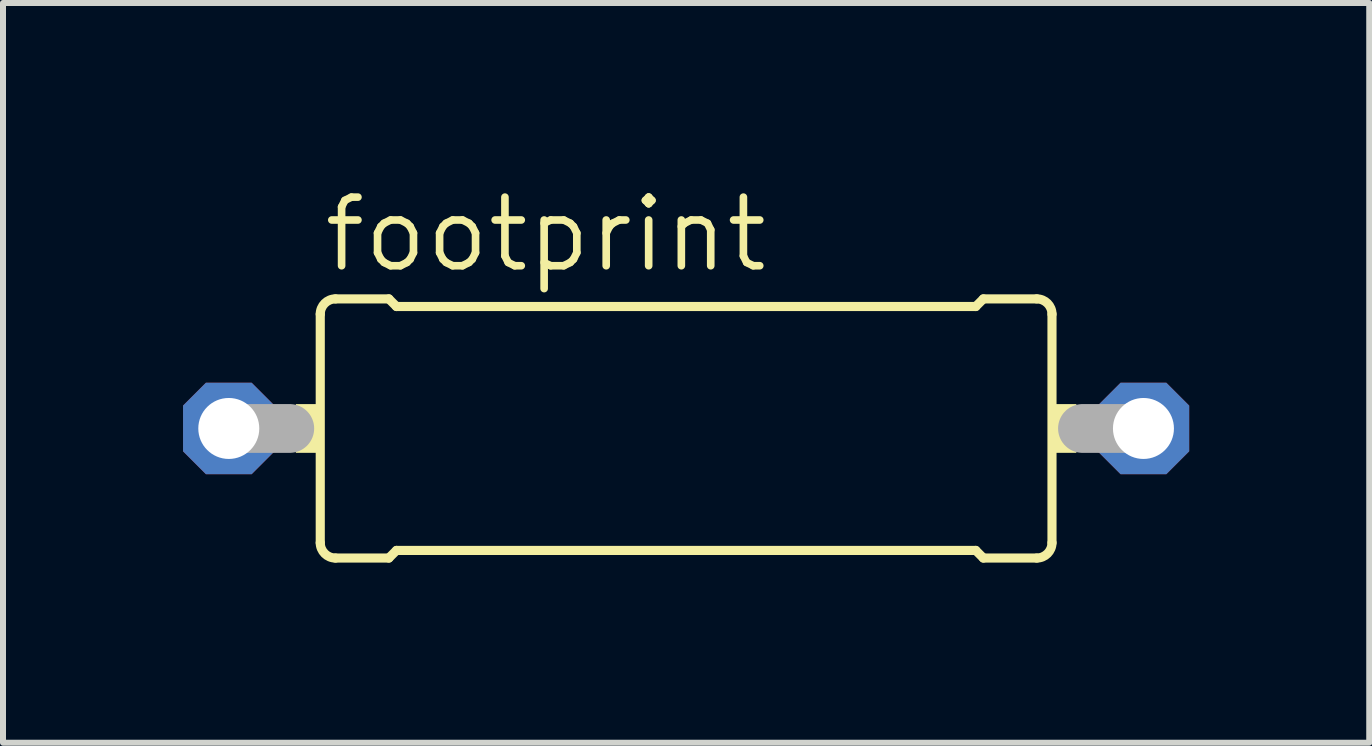
<source format=kicad_pcb>
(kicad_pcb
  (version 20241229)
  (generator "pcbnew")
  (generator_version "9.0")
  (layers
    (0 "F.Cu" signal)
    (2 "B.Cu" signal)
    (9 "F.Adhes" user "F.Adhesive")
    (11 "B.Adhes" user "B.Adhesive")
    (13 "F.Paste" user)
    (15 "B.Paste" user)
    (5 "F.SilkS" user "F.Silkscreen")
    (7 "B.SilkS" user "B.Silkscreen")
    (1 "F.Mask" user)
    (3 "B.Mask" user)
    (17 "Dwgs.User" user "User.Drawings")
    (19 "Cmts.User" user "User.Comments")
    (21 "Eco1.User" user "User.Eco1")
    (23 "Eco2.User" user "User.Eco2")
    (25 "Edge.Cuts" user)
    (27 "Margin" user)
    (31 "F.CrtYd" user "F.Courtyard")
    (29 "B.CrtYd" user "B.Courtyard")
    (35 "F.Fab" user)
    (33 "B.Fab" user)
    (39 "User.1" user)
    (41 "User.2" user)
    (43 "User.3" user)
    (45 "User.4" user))
  (footprint "footprint"
    (layer "F.Cu")
    (at 8.382 4.089)
    (property "Reference" "footprint" (at -6.096 -2.565 0) (layer "F.SilkS") (effects (font (size 1.143 1.143) (thickness 0.127)) (justify left bottom)))
    (fp_line (start -6.096 1.905) (end -6.096 -1.905) (stroke (width 0.152) (type solid)) (layer "F.SilkS"))
    (fp_line (start -5.842 -2.159) (end -4.953 -2.159) (stroke (width 0.152) (type solid)) (layer "F.SilkS"))
    (fp_line (start -5.842 2.159) (end -4.953 2.159) (stroke (width 0.152) (type solid)) (layer "F.SilkS"))
    (fp_line (start -4.826 -2.032) (end -4.953 -2.159) (stroke (width 0.152) (type solid)) (layer "F.SilkS"))
    (fp_line (start -4.826 2.032) (end -4.953 2.159) (stroke (width 0.152) (type solid)) (layer "F.SilkS"))
    (fp_line (start 4.826 -2.032) (end -4.826 -2.032) (stroke (width 0.152) (type solid)) (layer "F.SilkS"))
    (fp_line (start 4.826 -2.032) (end 4.953 -2.159) (stroke (width 0.152) (type solid)) (layer "F.SilkS"))
    (fp_line (start 4.826 2.032) (end -4.826 2.032) (stroke (width 0.152) (type solid)) (layer "F.SilkS"))
    (fp_line (start 4.826 2.032) (end 4.953 2.159) (stroke (width 0.152) (type solid)) (layer "F.SilkS"))
    (fp_line (start 5.842 -2.159) (end 4.953 -2.159) (stroke (width 0.152) (type solid)) (layer "F.SilkS"))
    (fp_line (start 5.842 2.159) (end 4.953 2.159) (stroke (width 0.152) (type solid)) (layer "F.SilkS"))
    (fp_line (start 6.096 1.905) (end 6.096 -1.905) (stroke (width 0.152) (type solid)) (layer "F.SilkS"))
    (fp_arc (start -6.096 -1.905) (mid -6.021605 -2.084605) (end -5.842 -2.159) (stroke (width 0.1524) (type solid)) (layer "F.SilkS"))
    (fp_arc (start -5.842 2.159) (mid -6.021605 2.084605) (end -6.096 1.905) (stroke (width 0.1524) (type solid)) (layer "F.SilkS"))
    (fp_arc (start 5.842 -2.159) (mid 6.021605 -2.084605) (end 6.096 -1.905) (stroke (width 0.1524) (type solid)) (layer "F.SilkS"))
    (fp_arc (start 6.096 1.905) (mid 6.021605 2.084605) (end 5.842 2.159) (stroke (width 0.1524) (type solid)) (layer "F.SilkS"))
    (fp_poly (pts (xy -6.502 0.406) (xy -6.096 0.406) (xy -6.096 -0.406) (xy -6.502 -0.406)) (stroke (width 0) (type solid)) (fill yes) (layer "F.SilkS"))
    (fp_poly (pts (xy 6.096 0.406) (xy 6.502 0.406) (xy 6.502 -0.406) (xy 6.096 -0.406)) (stroke (width 0) (type solid)) (fill yes) (layer "F.SilkS"))
    (fp_line (start -7.62 0) (end -6.604 0) (stroke (width 0.813) (type solid)) (layer "F.Fab"))
    (fp_line (start 7.62 0) (end 6.604 0) (stroke (width 0.813) (type solid)) (layer "F.Fab"))
    (pad "1" thru_hole roundrect (at -7.62 0) (size 1.524 1.524) (drill 1.016) (layers "*.Cu" "*.Mask") (roundrect_rratio 0.25) (chamfer_ratio 0.25) (chamfer top_left top_right bottom_left bottom_right))
    (pad "2" thru_hole roundrect (at 7.62 0) (size 1.524 1.524) (drill 1.016) (layers "*.Cu" "*.Mask") (roundrect_rratio 0.25) (chamfer_ratio 0.25) (chamfer top_left top_right bottom_left bottom_right)))
  (gr_rect
    (start -3 -3)
    (end 19.764 9.325)
    (stroke (width 0.1) (type default))
    (fill no)
    (layer "Edge.Cuts")))
</source>
